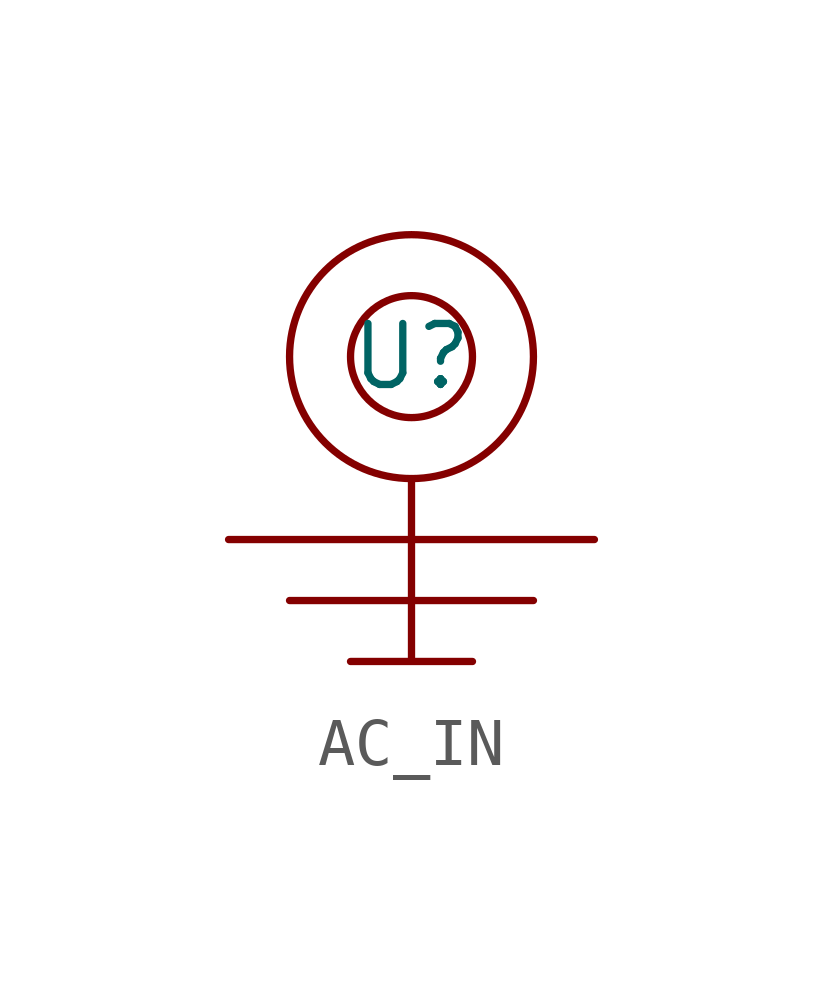
<source format=kicad_sym>
(kicad_symbol_lib
  (version 20231120)
  (generator "kicad_symbol_editor")
  (generator_version "8.0")
  (symbol "AC_IN"
    (property "Reference" "U"
      (at 0 0 0)
      (effects (font (size 1.27 1.27))))
    (property "Value" ""
      (at 0 0 0)
      (effects (font (size 1.27 1.27))))
    (symbol "AC_IN_0_1"
      (circle (center 0 0) (radius 1.27) (stroke (width 0) (type default)) (fill (type none)))
      (polyline (pts (xy 0 -2.54) (xy 0 -3.81) (xy -2.54 -3.81) (xy 2.54 -3.81) (xy 0 -3.81) (xy 0 -5.08) (xy -1.27 -5.08) (xy 1.27 -5.08) (xy 0 -5.08) (xy 0 -6.35) (xy 0 -3.81) (xy -3.81 -3.81) (xy 3.81 -3.81) (xy 0 -3.81) (xy 0 -5.08) (xy 2.54 -5.08) (xy -2.54 -5.08) (xy 0 -5.08) (xy 0 -6.35) (xy -1.27 -6.35) (xy 1.27 -6.35) (xy 0 -6.35)) (stroke (width 0) (type default)) (fill (type none)))
      (circle (center 0 0) (radius 2.54) (stroke (width 0) (type default)) (fill (type none))))))
</source>
